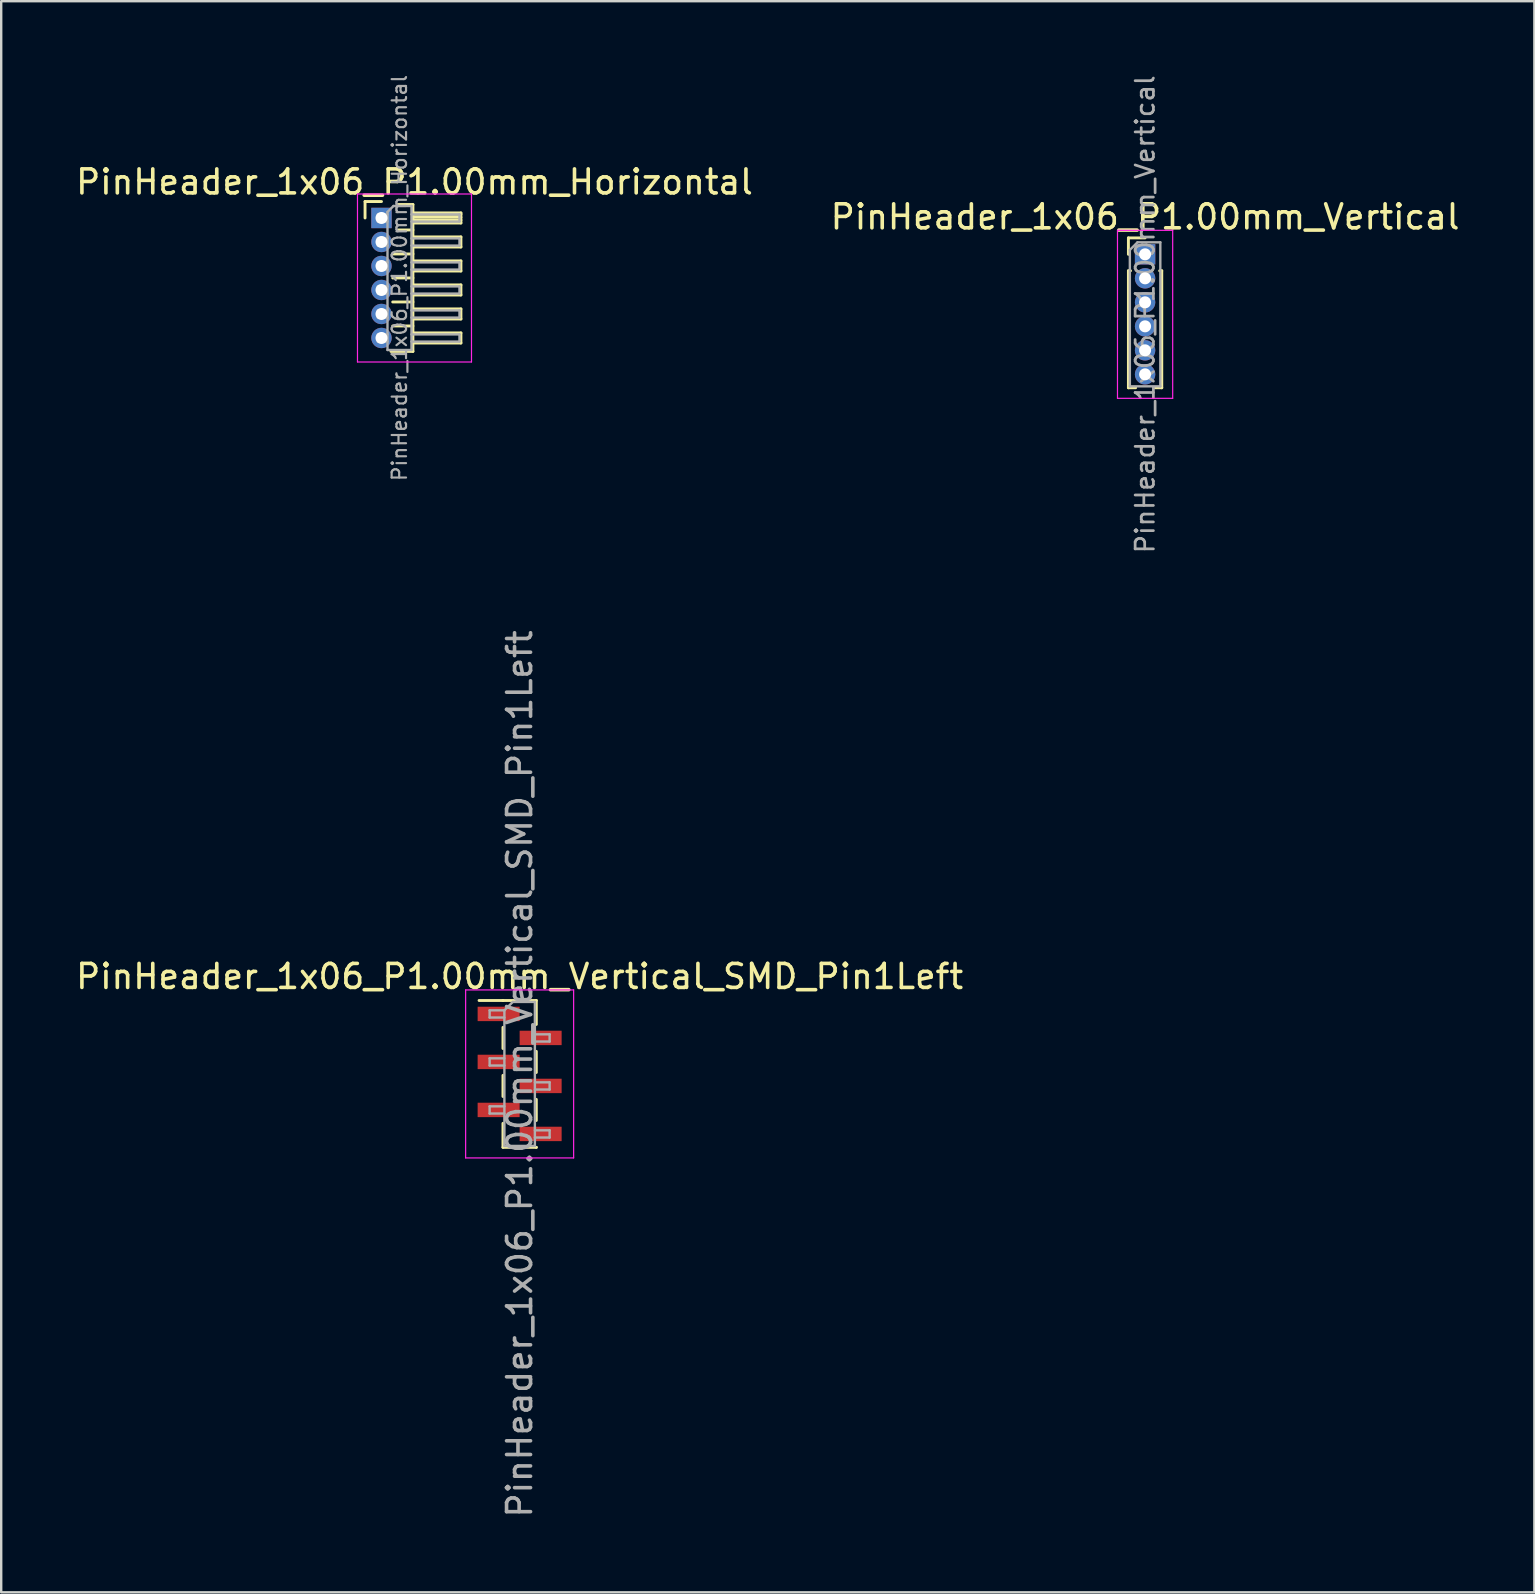
<source format=kicad_pcb>
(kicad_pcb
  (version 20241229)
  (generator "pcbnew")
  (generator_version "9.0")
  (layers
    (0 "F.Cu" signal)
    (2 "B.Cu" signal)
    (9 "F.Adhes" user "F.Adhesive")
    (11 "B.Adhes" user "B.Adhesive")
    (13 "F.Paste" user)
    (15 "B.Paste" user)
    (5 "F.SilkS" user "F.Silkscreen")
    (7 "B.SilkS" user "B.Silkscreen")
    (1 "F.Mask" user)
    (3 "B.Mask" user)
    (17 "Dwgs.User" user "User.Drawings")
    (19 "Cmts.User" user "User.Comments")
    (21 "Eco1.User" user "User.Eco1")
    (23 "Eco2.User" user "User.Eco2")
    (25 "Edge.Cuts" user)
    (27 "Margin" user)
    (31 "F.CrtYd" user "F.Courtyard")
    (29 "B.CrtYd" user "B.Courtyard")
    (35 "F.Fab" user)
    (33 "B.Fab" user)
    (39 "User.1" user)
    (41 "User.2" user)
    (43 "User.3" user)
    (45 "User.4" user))
  (footprint "PinHeader_1x06_P1.00mm_Vertical_SMD_Pin1Left"
    (layer "F.Cu")
    (at 18.601 41.696)
    (property "Reference" "PinHeader_1x06_P1.00mm_Vertical_SMD_Pin1Left" (at 0 -4.06 0) (layer "F.SilkS") (effects (font (size 1 1) (thickness 0.15))))
    (attr smd)
    (fp_line (start -0.695 -3.06) (end -1.69 -3.06) (stroke (width 0.12) (type solid)) (layer "F.SilkS"))
    (fp_line (start -0.695 -3.06) (end -0.695 -3.06) (stroke (width 0.12) (type solid)) (layer "F.SilkS"))
    (fp_line (start -0.695 -3.06) (end 0.695 -3.06) (stroke (width 0.12) (type solid)) (layer "F.SilkS"))
    (fp_line (start -0.695 -1.94) (end -0.695 -1.06) (stroke (width 0.12) (type solid)) (layer "F.SilkS"))
    (fp_line (start -0.695 0.06) (end -0.695 0.94) (stroke (width 0.12) (type solid)) (layer "F.SilkS"))
    (fp_line (start -0.695 2.06) (end -0.695 3.06) (stroke (width 0.12) (type solid)) (layer "F.SilkS"))
    (fp_line (start -0.695 3.06) (end 0.695 3.06) (stroke (width 0.12) (type solid)) (layer "F.SilkS"))
    (fp_line (start 0.695 -3.06) (end 0.695 -2.06) (stroke (width 0.12) (type solid)) (layer "F.SilkS"))
    (fp_line (start 0.695 -0.94) (end 0.695 -0.06) (stroke (width 0.12) (type solid)) (layer "F.SilkS"))
    (fp_line (start 0.695 1.06) (end 0.695 1.94) (stroke (width 0.12) (type solid)) (layer "F.SilkS"))
    (fp_line (start 0.695 3.06) (end 0.695 3.06) (stroke (width 0.12) (type solid)) (layer "F.SilkS"))
    (fp_line (start -2.25 -3.5) (end -2.25 3.5) (stroke (width 0.05) (type solid)) (layer "F.CrtYd"))
    (fp_line (start -2.25 3.5) (end 2.25 3.5) (stroke (width 0.05) (type solid)) (layer "F.CrtYd"))
    (fp_line (start 2.25 -3.5) (end -2.25 -3.5) (stroke (width 0.05) (type solid)) (layer "F.CrtYd"))
    (fp_line (start 2.25 3.5) (end 2.25 -3.5) (stroke (width 0.05) (type solid)) (layer "F.CrtYd"))
    (fp_line (start -1.25 -2.65) (end -1.25 -2.35) (stroke (width 0.1) (type solid)) (layer "F.Fab"))
    (fp_line (start -1.25 -2.35) (end -0.635 -2.35) (stroke (width 0.1) (type solid)) (layer "F.Fab"))
    (fp_line (start -1.25 -0.65) (end -1.25 -0.35) (stroke (width 0.1) (type solid)) (layer "F.Fab"))
    (fp_line (start -1.25 -0.35) (end -0.635 -0.35) (stroke (width 0.1) (type solid)) (layer "F.Fab"))
    (fp_line (start -1.25 1.35) (end -1.25 1.65) (stroke (width 0.1) (type solid)) (layer "F.Fab"))
    (fp_line (start -1.25 1.65) (end -0.635 1.65) (stroke (width 0.1) (type solid)) (layer "F.Fab"))
    (fp_line (start -0.635 -2.65) (end -1.25 -2.65) (stroke (width 0.1) (type solid)) (layer "F.Fab"))
    (fp_line (start -0.635 -2.65) (end -0.285 -3) (stroke (width 0.1) (type solid)) (layer "F.Fab"))
    (fp_line (start -0.635 -0.65) (end -1.25 -0.65) (stroke (width 0.1) (type solid)) (layer "F.Fab"))
    (fp_line (start -0.635 1.35) (end -1.25 1.35) (stroke (width 0.1) (type solid)) (layer "F.Fab"))
    (fp_line (start -0.635 3) (end -0.635 -2.65) (stroke (width 0.1) (type solid)) (layer "F.Fab"))
    (fp_line (start -0.285 -3) (end 0.635 -3) (stroke (width 0.1) (type solid)) (layer "F.Fab"))
    (fp_line (start 0.635 -3) (end 0.635 3) (stroke (width 0.1) (type solid)) (layer "F.Fab"))
    (fp_line (start 0.635 -1.65) (end 1.25 -1.65) (stroke (width 0.1) (type solid)) (layer "F.Fab"))
    (fp_line (start 0.635 0.35) (end 1.25 0.35) (stroke (width 0.1) (type solid)) (layer "F.Fab"))
    (fp_line (start 0.635 2.35) (end 1.25 2.35) (stroke (width 0.1) (type solid)) (layer "F.Fab"))
    (fp_line (start 0.635 3) (end -0.635 3) (stroke (width 0.1) (type solid)) (layer "F.Fab"))
    (fp_line (start 1.25 -1.65) (end 1.25 -1.35) (stroke (width 0.1) (type solid)) (layer "F.Fab"))
    (fp_line (start 1.25 -1.35) (end 0.635 -1.35) (stroke (width 0.1) (type solid)) (layer "F.Fab"))
    (fp_line (start 1.25 0.35) (end 1.25 0.65) (stroke (width 0.1) (type solid)) (layer "F.Fab"))
    (fp_line (start 1.25 0.65) (end 0.635 0.65) (stroke (width 0.1) (type solid)) (layer "F.Fab"))
    (fp_line (start 1.25 2.35) (end 1.25 2.65) (stroke (width 0.1) (type solid)) (layer "F.Fab"))
    (fp_line (start 1.25 2.65) (end 0.635 2.65) (stroke (width 0.1) (type solid)) (layer "F.Fab"))
    (fp_text user "${REFERENCE}" (at 0 0 90) (layer "F.Fab") (effects (font (size 1 1) (thickness 0.15))))
    (pad "1" smd rect (at -0.875 -2.5) (size 1.75 0.6) (layers "F.Cu" "F.Mask" "F.Paste"))
    (pad "2" smd rect (at 0.875 -1.5) (size 1.75 0.6) (layers "F.Cu" "F.Mask" "F.Paste"))
    (pad "3" smd rect (at -0.875 -0.5) (size 1.75 0.6) (layers "F.Cu" "F.Mask" "F.Paste"))
    (pad "4" smd rect (at 0.875 0.5) (size 1.75 0.6) (layers "F.Cu" "F.Mask" "F.Paste"))
    (pad "5" smd rect (at -0.875 1.5) (size 1.75 0.6) (layers "F.Cu" "F.Mask" "F.Paste"))
    (pad "6" smd rect (at 0.875 2.5) (size 1.75 0.6) (layers "F.Cu" "F.Mask" "F.Paste")))
  (footprint "PinHeader_1x06_P1.00mm_Horizontal"
    (layer "F.Cu")
    (at 12.845 6.032)
    (property "Reference" "PinHeader_1x06_P1.00mm_Horizontal" (at 1.375 -1.5 0) (layer "F.SilkS") (effects (font (size 1 1) (thickness 0.15))))
    (attr through_hole)
    (fp_line (start -0.685 -0.685) (end 0 -0.685) (stroke (width 0.12) (type solid)) (layer "F.SilkS"))
    (fp_line (start -0.685 0) (end -0.685 -0.685) (stroke (width 0.12) (type solid)) (layer "F.SilkS"))
    (fp_line (start 0.468 1.5) (end 1.31 1.5) (stroke (width 0.12) (type solid)) (layer "F.SilkS"))
    (fp_line (start 0.468 2.5) (end 1.31 2.5) (stroke (width 0.12) (type solid)) (layer "F.SilkS"))
    (fp_line (start 0.468 3.5) (end 1.31 3.5) (stroke (width 0.12) (type solid)) (layer "F.SilkS"))
    (fp_line (start 0.468 4.5) (end 1.31 4.5) (stroke (width 0.12) (type solid)) (layer "F.SilkS"))
    (fp_line (start 0.685 -0.56) (end 1.31 -0.56) (stroke (width 0.12) (type solid)) (layer "F.SilkS"))
    (fp_line (start 0.685 0.5) (end 1.31 0.5) (stroke (width 0.12) (type solid)) (layer "F.SilkS"))
    (fp_line (start 1.31 -0.56) (end 1.31 5.56) (stroke (width 0.12) (type solid)) (layer "F.SilkS"))
    (fp_line (start 1.31 -0.21) (end 3.31 -0.21) (stroke (width 0.12) (type solid)) (layer "F.SilkS"))
    (fp_line (start 1.31 -0.15) (end 3.31 -0.15) (stroke (width 0.12) (type solid)) (layer "F.SilkS"))
    (fp_line (start 1.31 -0.03) (end 3.31 -0.03) (stroke (width 0.12) (type solid)) (layer "F.SilkS"))
    (fp_line (start 1.31 0.09) (end 3.31 0.09) (stroke (width 0.12) (type solid)) (layer "F.SilkS"))
    (fp_line (start 1.31 0.79) (end 3.31 0.79) (stroke (width 0.12) (type solid)) (layer "F.SilkS"))
    (fp_line (start 1.31 1.79) (end 3.31 1.79) (stroke (width 0.12) (type solid)) (layer "F.SilkS"))
    (fp_line (start 1.31 2.79) (end 3.31 2.79) (stroke (width 0.12) (type solid)) (layer "F.SilkS"))
    (fp_line (start 1.31 3.79) (end 3.31 3.79) (stroke (width 0.12) (type solid)) (layer "F.SilkS"))
    (fp_line (start 1.31 4.79) (end 3.31 4.79) (stroke (width 0.12) (type solid)) (layer "F.SilkS"))
    (fp_line (start 1.31 5.56) (end 0.394 5.56) (stroke (width 0.12) (type solid)) (layer "F.SilkS"))
    (fp_line (start 3.31 -0.21) (end 3.31 0.21) (stroke (width 0.12) (type solid)) (layer "F.SilkS"))
    (fp_line (start 3.31 0.21) (end 1.31 0.21) (stroke (width 0.12) (type solid)) (layer "F.SilkS"))
    (fp_line (start 3.31 0.79) (end 3.31 1.21) (stroke (width 0.12) (type solid)) (layer "F.SilkS"))
    (fp_line (start 3.31 1.21) (end 1.31 1.21) (stroke (width 0.12) (type solid)) (layer "F.SilkS"))
    (fp_line (start 3.31 1.79) (end 3.31 2.21) (stroke (width 0.12) (type solid)) (layer "F.SilkS"))
    (fp_line (start 3.31 2.21) (end 1.31 2.21) (stroke (width 0.12) (type solid)) (layer "F.SilkS"))
    (fp_line (start 3.31 2.79) (end 3.31 3.21) (stroke (width 0.12) (type solid)) (layer "F.SilkS"))
    (fp_line (start 3.31 3.21) (end 1.31 3.21) (stroke (width 0.12) (type solid)) (layer "F.SilkS"))
    (fp_line (start 3.31 3.79) (end 3.31 4.21) (stroke (width 0.12) (type solid)) (layer "F.SilkS"))
    (fp_line (start 3.31 4.21) (end 1.31 4.21) (stroke (width 0.12) (type solid)) (layer "F.SilkS"))
    (fp_line (start 3.31 4.79) (end 3.31 5.21) (stroke (width 0.12) (type solid)) (layer "F.SilkS"))
    (fp_line (start 3.31 5.21) (end 1.31 5.21) (stroke (width 0.12) (type solid)) (layer "F.SilkS"))
    (fp_line (start -1 -1) (end -1 6) (stroke (width 0.05) (type solid)) (layer "F.CrtYd"))
    (fp_line (start -1 6) (end 3.75 6) (stroke (width 0.05) (type solid)) (layer "F.CrtYd"))
    (fp_line (start 3.75 -1) (end -1 -1) (stroke (width 0.05) (type solid)) (layer "F.CrtYd"))
    (fp_line (start 3.75 6) (end 3.75 -1) (stroke (width 0.05) (type solid)) (layer "F.CrtYd"))
    (fp_line (start -0.15 -0.15) (end -0.15 0.15) (stroke (width 0.1) (type solid)) (layer "F.Fab"))
    (fp_line (start -0.15 -0.15) (end 0.25 -0.15) (stroke (width 0.1) (type solid)) (layer "F.Fab"))
    (fp_line (start -0.15 0.15) (end 0.25 0.15) (stroke (width 0.1) (type solid)) (layer "F.Fab"))
    (fp_line (start -0.15 0.85) (end -0.15 1.15) (stroke (width 0.1) (type solid)) (layer "F.Fab"))
    (fp_line (start -0.15 0.85) (end 0.25 0.85) (stroke (width 0.1) (type solid)) (layer "F.Fab"))
    (fp_line (start -0.15 1.15) (end 0.25 1.15) (stroke (width 0.1) (type solid)) (layer "F.Fab"))
    (fp_line (start -0.15 1.85) (end -0.15 2.15) (stroke (width 0.1) (type solid)) (layer "F.Fab"))
    (fp_line (start -0.15 1.85) (end 0.25 1.85) (stroke (width 0.1) (type solid)) (layer "F.Fab"))
    (fp_line (start -0.15 2.15) (end 0.25 2.15) (stroke (width 0.1) (type solid)) (layer "F.Fab"))
    (fp_line (start -0.15 2.85) (end -0.15 3.15) (stroke (width 0.1) (type solid)) (layer "F.Fab"))
    (fp_line (start -0.15 2.85) (end 0.25 2.85) (stroke (width 0.1) (type solid)) (layer "F.Fab"))
    (fp_line (start -0.15 3.15) (end 0.25 3.15) (stroke (width 0.1) (type solid)) (layer "F.Fab"))
    (fp_line (start -0.15 3.85) (end -0.15 4.15) (stroke (width 0.1) (type solid)) (layer "F.Fab"))
    (fp_line (start -0.15 3.85) (end 0.25 3.85) (stroke (width 0.1) (type solid)) (layer "F.Fab"))
    (fp_line (start -0.15 4.15) (end 0.25 4.15) (stroke (width 0.1) (type solid)) (layer "F.Fab"))
    (fp_line (start -0.15 4.85) (end -0.15 5.15) (stroke (width 0.1) (type solid)) (layer "F.Fab"))
    (fp_line (start -0.15 4.85) (end 0.25 4.85) (stroke (width 0.1) (type solid)) (layer "F.Fab"))
    (fp_line (start -0.15 5.15) (end 0.25 5.15) (stroke (width 0.1) (type solid)) (layer "F.Fab"))
    (fp_line (start 0.25 -0.25) (end 0.5 -0.5) (stroke (width 0.1) (type solid)) (layer "F.Fab"))
    (fp_line (start 0.25 5.5) (end 0.25 -0.25) (stroke (width 0.1) (type solid)) (layer "F.Fab"))
    (fp_line (start 0.5 -0.5) (end 1.25 -0.5) (stroke (width 0.1) (type solid)) (layer "F.Fab"))
    (fp_line (start 1.25 -0.5) (end 1.25 5.5) (stroke (width 0.1) (type solid)) (layer "F.Fab"))
    (fp_line (start 1.25 -0.15) (end 3.25 -0.15) (stroke (width 0.1) (type solid)) (layer "F.Fab"))
    (fp_line (start 1.25 0.15) (end 3.25 0.15) (stroke (width 0.1) (type solid)) (layer "F.Fab"))
    (fp_line (start 1.25 0.85) (end 3.25 0.85) (stroke (width 0.1) (type solid)) (layer "F.Fab"))
    (fp_line (start 1.25 1.15) (end 3.25 1.15) (stroke (width 0.1) (type solid)) (layer "F.Fab"))
    (fp_line (start 1.25 1.85) (end 3.25 1.85) (stroke (width 0.1) (type solid)) (layer "F.Fab"))
    (fp_line (start 1.25 2.15) (end 3.25 2.15) (stroke (width 0.1) (type solid)) (layer "F.Fab"))
    (fp_line (start 1.25 2.85) (end 3.25 2.85) (stroke (width 0.1) (type solid)) (layer "F.Fab"))
    (fp_line (start 1.25 3.15) (end 3.25 3.15) (stroke (width 0.1) (type solid)) (layer "F.Fab"))
    (fp_line (start 1.25 3.85) (end 3.25 3.85) (stroke (width 0.1) (type solid)) (layer "F.Fab"))
    (fp_line (start 1.25 4.15) (end 3.25 4.15) (stroke (width 0.1) (type solid)) (layer "F.Fab"))
    (fp_line (start 1.25 4.85) (end 3.25 4.85) (stroke (width 0.1) (type solid)) (layer "F.Fab"))
    (fp_line (start 1.25 5.15) (end 3.25 5.15) (stroke (width 0.1) (type solid)) (layer "F.Fab"))
    (fp_line (start 1.25 5.5) (end 0.25 5.5) (stroke (width 0.1) (type solid)) (layer "F.Fab"))
    (fp_line (start 3.25 -0.15) (end 3.25 0.15) (stroke (width 0.1) (type solid)) (layer "F.Fab"))
    (fp_line (start 3.25 0.85) (end 3.25 1.15) (stroke (width 0.1) (type solid)) (layer "F.Fab"))
    (fp_line (start 3.25 1.85) (end 3.25 2.15) (stroke (width 0.1) (type solid)) (layer "F.Fab"))
    (fp_line (start 3.25 2.85) (end 3.25 3.15) (stroke (width 0.1) (type solid)) (layer "F.Fab"))
    (fp_line (start 3.25 3.85) (end 3.25 4.15) (stroke (width 0.1) (type solid)) (layer "F.Fab"))
    (fp_line (start 3.25 4.85) (end 3.25 5.15) (stroke (width 0.1) (type solid)) (layer "F.Fab"))
    (fp_text user "${REFERENCE}" (at 0.75 2.5 90) (layer "F.Fab") (effects (font (size 0.6 0.6) (thickness 0.09))))
    (pad "1" thru_hole rect (at 0 0) (size 0.85 0.85) (drill 0.5) (layers "*.Cu" "*.Mask"))
    (pad "2" thru_hole oval (at 0 1) (size 0.85 0.85) (drill 0.5) (layers "*.Cu" "*.Mask"))
    (pad "3" thru_hole oval (at 0 2) (size 0.85 0.85) (drill 0.5) (layers "*.Cu" "*.Mask"))
    (pad "4" thru_hole oval (at 0 3) (size 0.85 0.85) (drill 0.5) (layers "*.Cu" "*.Mask"))
    (pad "5" thru_hole oval (at 0 4) (size 0.85 0.85) (drill 0.5) (layers "*.Cu" "*.Mask"))
    (pad "6" thru_hole oval (at 0 5) (size 0.85 0.85) (drill 0.5) (layers "*.Cu" "*.Mask")))
  (footprint "PinHeader_1x06_P1.00mm_Vertical"
    (layer "F.Cu")
    (at 44.661 7.547)
    (property "Reference" "PinHeader_1x06_P1.00mm_Vertical" (at 0 -1.56 0) (layer "F.SilkS") (effects (font (size 1 1) (thickness 0.15))))
    (attr through_hole)
    (fp_line (start -0.695 -0.685) (end 0 -0.685) (stroke (width 0.12) (type solid)) (layer "F.SilkS"))
    (fp_line (start -0.695 0) (end -0.695 -0.685) (stroke (width 0.12) (type solid)) (layer "F.SilkS"))
    (fp_line (start -0.695 0.685) (end -0.695 5.56) (stroke (width 0.12) (type solid)) (layer "F.SilkS"))
    (fp_line (start -0.695 0.685) (end -0.608 0.685) (stroke (width 0.12) (type solid)) (layer "F.SilkS"))
    (fp_line (start -0.695 5.56) (end -0.394 5.56) (stroke (width 0.12) (type solid)) (layer "F.SilkS"))
    (fp_line (start 0.394 5.56) (end 0.695 5.56) (stroke (width 0.12) (type solid)) (layer "F.SilkS"))
    (fp_line (start 0.608 0.685) (end 0.695 0.685) (stroke (width 0.12) (type solid)) (layer "F.SilkS"))
    (fp_line (start 0.695 0.685) (end 0.695 5.56) (stroke (width 0.12) (type solid)) (layer "F.SilkS"))
    (fp_line (start -1.15 -1) (end -1.15 6) (stroke (width 0.05) (type solid)) (layer "F.CrtYd"))
    (fp_line (start -1.15 6) (end 1.15 6) (stroke (width 0.05) (type solid)) (layer "F.CrtYd"))
    (fp_line (start 1.15 -1) (end -1.15 -1) (stroke (width 0.05) (type solid)) (layer "F.CrtYd"))
    (fp_line (start 1.15 6) (end 1.15 -1) (stroke (width 0.05) (type solid)) (layer "F.CrtYd"))
    (fp_line (start -0.635 -0.182) (end -0.318 -0.5) (stroke (width 0.1) (type solid)) (layer "F.Fab"))
    (fp_line (start -0.635 5.5) (end -0.635 -0.182) (stroke (width 0.1) (type solid)) (layer "F.Fab"))
    (fp_line (start -0.318 -0.5) (end 0.635 -0.5) (stroke (width 0.1) (type solid)) (layer "F.Fab"))
    (fp_line (start 0.635 -0.5) (end 0.635 5.5) (stroke (width 0.1) (type solid)) (layer "F.Fab"))
    (fp_line (start 0.635 5.5) (end -0.635 5.5) (stroke (width 0.1) (type solid)) (layer "F.Fab"))
    (fp_text user "${REFERENCE}" (at 0 2.5 90) (layer "F.Fab") (effects (font (size 0.76 0.76) (thickness 0.114))))
    (pad "1" thru_hole rect (at 0 0) (size 0.85 0.85) (drill 0.5) (layers "*.Cu" "*.Mask"))
    (pad "2" thru_hole oval (at 0 1) (size 0.85 0.85) (drill 0.5) (layers "*.Cu" "*.Mask"))
    (pad "3" thru_hole oval (at 0 2) (size 0.85 0.85) (drill 0.5) (layers "*.Cu" "*.Mask"))
    (pad "4" thru_hole oval (at 0 3) (size 0.85 0.85) (drill 0.5) (layers "*.Cu" "*.Mask"))
    (pad "5" thru_hole oval (at 0 4) (size 0.85 0.85) (drill 0.5) (layers "*.Cu" "*.Mask"))
    (pad "6" thru_hole oval (at 0 5) (size 0.85 0.85) (drill 0.5) (layers "*.Cu" "*.Mask")))
  (gr_rect
    (start -3 -3)
    (end 60.881 63.297)
    (stroke (width 0.1) (type default))
    (fill no)
    (layer "Edge.Cuts")))
</source>
